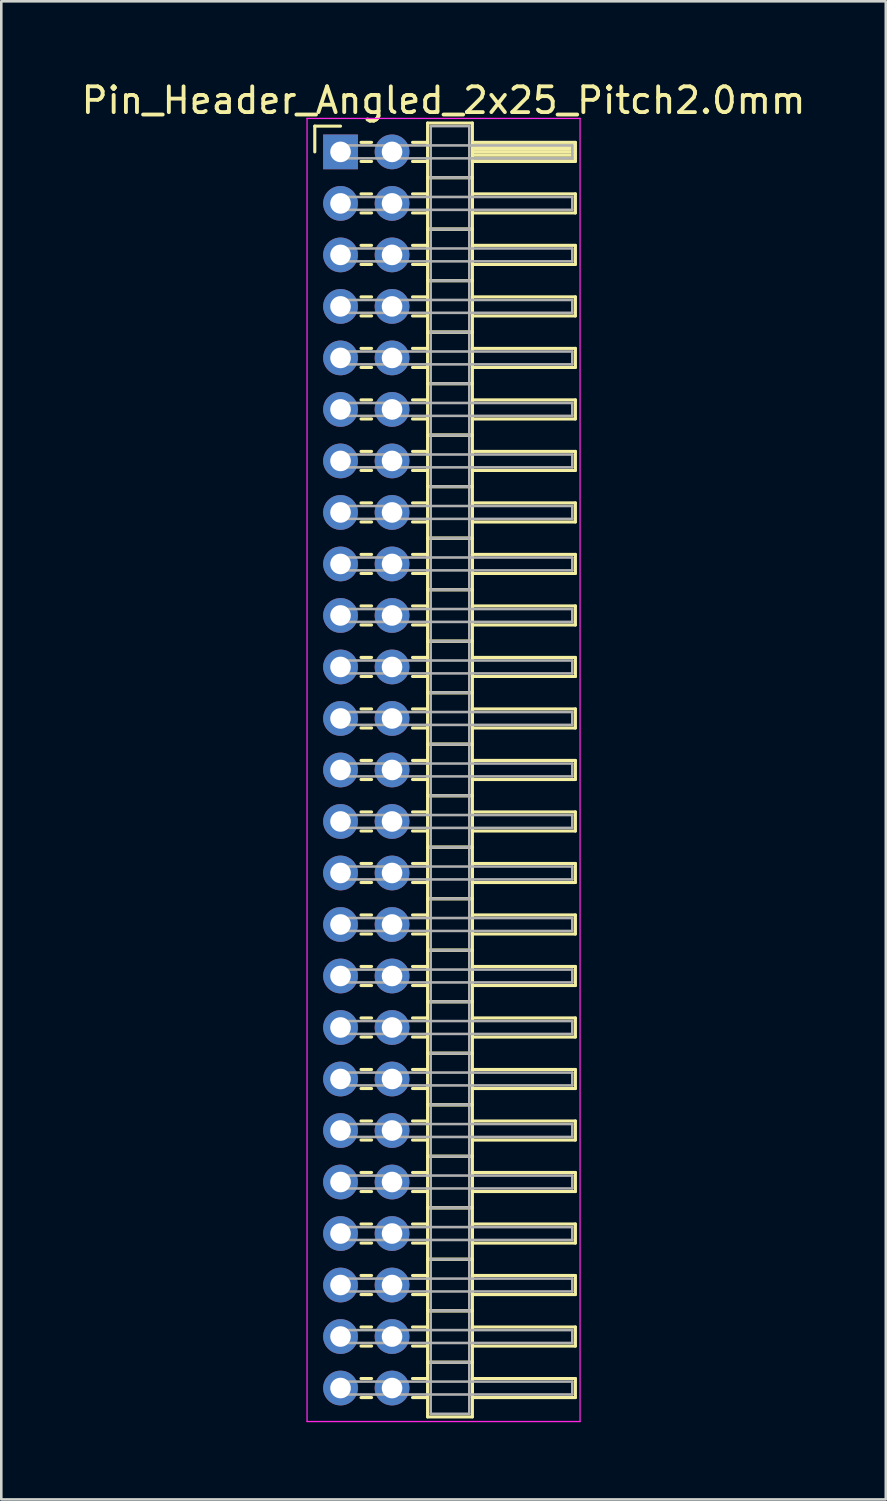
<source format=kicad_pcb>
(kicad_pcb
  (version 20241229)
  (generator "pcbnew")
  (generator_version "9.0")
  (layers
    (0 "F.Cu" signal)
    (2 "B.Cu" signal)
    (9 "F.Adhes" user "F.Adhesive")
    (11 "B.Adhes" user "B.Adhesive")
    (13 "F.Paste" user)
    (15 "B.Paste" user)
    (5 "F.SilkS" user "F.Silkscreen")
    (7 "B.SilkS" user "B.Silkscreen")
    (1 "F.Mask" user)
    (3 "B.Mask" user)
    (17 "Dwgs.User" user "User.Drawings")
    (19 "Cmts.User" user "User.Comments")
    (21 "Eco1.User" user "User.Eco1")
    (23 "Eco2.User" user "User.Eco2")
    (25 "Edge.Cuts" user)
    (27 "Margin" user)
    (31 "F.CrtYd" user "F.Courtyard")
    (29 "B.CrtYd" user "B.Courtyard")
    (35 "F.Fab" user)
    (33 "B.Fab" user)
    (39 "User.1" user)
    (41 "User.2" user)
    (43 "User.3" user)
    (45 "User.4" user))
  (footprint "Pin_Header_Angled_2x25_Pitch2.0mm"
    (layer "F.Cu")
    (at 10.173 2.848)
    (property "Reference" "Pin_Header_Angled_2x25_Pitch2.0mm" (at 4 -2 0) (layer "F.SilkS") (effects (font (size 1 1) (thickness 0.15))))
    (attr through_hole)
    (fp_line (start -1 -1) (end 0 -1) (stroke (width 0.12) (type solid)) (layer "F.SilkS"))
    (fp_line (start -1 0) (end -1 -1) (stroke (width 0.12) (type solid)) (layer "F.SilkS"))
    (fp_line (start 0.795 -0.37) (end 1.205 -0.37) (stroke (width 0.12) (type solid)) (layer "F.SilkS"))
    (fp_line (start 0.795 0.37) (end 1.205 0.37) (stroke (width 0.12) (type solid)) (layer "F.SilkS"))
    (fp_line (start 0.795 1.63) (end 1.205 1.63) (stroke (width 0.12) (type solid)) (layer "F.SilkS"))
    (fp_line (start 0.795 2.37) (end 1.205 2.37) (stroke (width 0.12) (type solid)) (layer "F.SilkS"))
    (fp_line (start 0.795 3.63) (end 1.205 3.63) (stroke (width 0.12) (type solid)) (layer "F.SilkS"))
    (fp_line (start 0.795 4.37) (end 1.205 4.37) (stroke (width 0.12) (type solid)) (layer "F.SilkS"))
    (fp_line (start 0.795 5.63) (end 1.205 5.63) (stroke (width 0.12) (type solid)) (layer "F.SilkS"))
    (fp_line (start 0.795 6.37) (end 1.205 6.37) (stroke (width 0.12) (type solid)) (layer "F.SilkS"))
    (fp_line (start 0.795 7.63) (end 1.205 7.63) (stroke (width 0.12) (type solid)) (layer "F.SilkS"))
    (fp_line (start 0.795 8.37) (end 1.205 8.37) (stroke (width 0.12) (type solid)) (layer "F.SilkS"))
    (fp_line (start 0.795 9.63) (end 1.205 9.63) (stroke (width 0.12) (type solid)) (layer "F.SilkS"))
    (fp_line (start 0.795 10.37) (end 1.205 10.37) (stroke (width 0.12) (type solid)) (layer "F.SilkS"))
    (fp_line (start 0.795 11.63) (end 1.205 11.63) (stroke (width 0.12) (type solid)) (layer "F.SilkS"))
    (fp_line (start 0.795 12.37) (end 1.205 12.37) (stroke (width 0.12) (type solid)) (layer "F.SilkS"))
    (fp_line (start 0.795 13.63) (end 1.205 13.63) (stroke (width 0.12) (type solid)) (layer "F.SilkS"))
    (fp_line (start 0.795 14.37) (end 1.205 14.37) (stroke (width 0.12) (type solid)) (layer "F.SilkS"))
    (fp_line (start 0.795 15.63) (end 1.205 15.63) (stroke (width 0.12) (type solid)) (layer "F.SilkS"))
    (fp_line (start 0.795 16.37) (end 1.205 16.37) (stroke (width 0.12) (type solid)) (layer "F.SilkS"))
    (fp_line (start 0.795 17.63) (end 1.205 17.63) (stroke (width 0.12) (type solid)) (layer "F.SilkS"))
    (fp_line (start 0.795 18.37) (end 1.205 18.37) (stroke (width 0.12) (type solid)) (layer "F.SilkS"))
    (fp_line (start 0.795 19.63) (end 1.205 19.63) (stroke (width 0.12) (type solid)) (layer "F.SilkS"))
    (fp_line (start 0.795 20.37) (end 1.205 20.37) (stroke (width 0.12) (type solid)) (layer "F.SilkS"))
    (fp_line (start 0.795 21.63) (end 1.205 21.63) (stroke (width 0.12) (type solid)) (layer "F.SilkS"))
    (fp_line (start 0.795 22.37) (end 1.205 22.37) (stroke (width 0.12) (type solid)) (layer "F.SilkS"))
    (fp_line (start 0.795 23.63) (end 1.205 23.63) (stroke (width 0.12) (type solid)) (layer "F.SilkS"))
    (fp_line (start 0.795 24.37) (end 1.205 24.37) (stroke (width 0.12) (type solid)) (layer "F.SilkS"))
    (fp_line (start 0.795 25.63) (end 1.205 25.63) (stroke (width 0.12) (type solid)) (layer "F.SilkS"))
    (fp_line (start 0.795 26.37) (end 1.205 26.37) (stroke (width 0.12) (type solid)) (layer "F.SilkS"))
    (fp_line (start 0.795 27.63) (end 1.205 27.63) (stroke (width 0.12) (type solid)) (layer "F.SilkS"))
    (fp_line (start 0.795 28.37) (end 1.205 28.37) (stroke (width 0.12) (type solid)) (layer "F.SilkS"))
    (fp_line (start 0.795 29.63) (end 1.205 29.63) (stroke (width 0.12) (type solid)) (layer "F.SilkS"))
    (fp_line (start 0.795 30.37) (end 1.205 30.37) (stroke (width 0.12) (type solid)) (layer "F.SilkS"))
    (fp_line (start 0.795 31.63) (end 1.205 31.63) (stroke (width 0.12) (type solid)) (layer "F.SilkS"))
    (fp_line (start 0.795 32.37) (end 1.205 32.37) (stroke (width 0.12) (type solid)) (layer "F.SilkS"))
    (fp_line (start 0.795 33.63) (end 1.205 33.63) (stroke (width 0.12) (type solid)) (layer "F.SilkS"))
    (fp_line (start 0.795 34.37) (end 1.205 34.37) (stroke (width 0.12) (type solid)) (layer "F.SilkS"))
    (fp_line (start 0.795 35.63) (end 1.205 35.63) (stroke (width 0.12) (type solid)) (layer "F.SilkS"))
    (fp_line (start 0.795 36.37) (end 1.205 36.37) (stroke (width 0.12) (type solid)) (layer "F.SilkS"))
    (fp_line (start 0.795 37.63) (end 1.205 37.63) (stroke (width 0.12) (type solid)) (layer "F.SilkS"))
    (fp_line (start 0.795 38.37) (end 1.205 38.37) (stroke (width 0.12) (type solid)) (layer "F.SilkS"))
    (fp_line (start 0.795 39.63) (end 1.205 39.63) (stroke (width 0.12) (type solid)) (layer "F.SilkS"))
    (fp_line (start 0.795 40.37) (end 1.205 40.37) (stroke (width 0.12) (type solid)) (layer "F.SilkS"))
    (fp_line (start 0.795 41.63) (end 1.205 41.63) (stroke (width 0.12) (type solid)) (layer "F.SilkS"))
    (fp_line (start 0.795 42.37) (end 1.205 42.37) (stroke (width 0.12) (type solid)) (layer "F.SilkS"))
    (fp_line (start 0.795 43.63) (end 1.205 43.63) (stroke (width 0.12) (type solid)) (layer "F.SilkS"))
    (fp_line (start 0.795 44.37) (end 1.205 44.37) (stroke (width 0.12) (type solid)) (layer "F.SilkS"))
    (fp_line (start 0.795 45.63) (end 1.205 45.63) (stroke (width 0.12) (type solid)) (layer "F.SilkS"))
    (fp_line (start 0.795 46.37) (end 1.205 46.37) (stroke (width 0.12) (type solid)) (layer "F.SilkS"))
    (fp_line (start 0.795 47.63) (end 1.205 47.63) (stroke (width 0.12) (type solid)) (layer "F.SilkS"))
    (fp_line (start 0.795 48.37) (end 1.205 48.37) (stroke (width 0.12) (type solid)) (layer "F.SilkS"))
    (fp_line (start 2.795 -0.37) (end 3.38 -0.37) (stroke (width 0.12) (type solid)) (layer "F.SilkS"))
    (fp_line (start 2.795 0.37) (end 3.38 0.37) (stroke (width 0.12) (type solid)) (layer "F.SilkS"))
    (fp_line (start 2.795 1.63) (end 3.38 1.63) (stroke (width 0.12) (type solid)) (layer "F.SilkS"))
    (fp_line (start 2.795 2.37) (end 3.38 2.37) (stroke (width 0.12) (type solid)) (layer "F.SilkS"))
    (fp_line (start 2.795 3.63) (end 3.38 3.63) (stroke (width 0.12) (type solid)) (layer "F.SilkS"))
    (fp_line (start 2.795 4.37) (end 3.38 4.37) (stroke (width 0.12) (type solid)) (layer "F.SilkS"))
    (fp_line (start 2.795 5.63) (end 3.38 5.63) (stroke (width 0.12) (type solid)) (layer "F.SilkS"))
    (fp_line (start 2.795 6.37) (end 3.38 6.37) (stroke (width 0.12) (type solid)) (layer "F.SilkS"))
    (fp_line (start 2.795 7.63) (end 3.38 7.63) (stroke (width 0.12) (type solid)) (layer "F.SilkS"))
    (fp_line (start 2.795 8.37) (end 3.38 8.37) (stroke (width 0.12) (type solid)) (layer "F.SilkS"))
    (fp_line (start 2.795 9.63) (end 3.38 9.63) (stroke (width 0.12) (type solid)) (layer "F.SilkS"))
    (fp_line (start 2.795 10.37) (end 3.38 10.37) (stroke (width 0.12) (type solid)) (layer "F.SilkS"))
    (fp_line (start 2.795 11.63) (end 3.38 11.63) (stroke (width 0.12) (type solid)) (layer "F.SilkS"))
    (fp_line (start 2.795 12.37) (end 3.38 12.37) (stroke (width 0.12) (type solid)) (layer "F.SilkS"))
    (fp_line (start 2.795 13.63) (end 3.38 13.63) (stroke (width 0.12) (type solid)) (layer "F.SilkS"))
    (fp_line (start 2.795 14.37) (end 3.38 14.37) (stroke (width 0.12) (type solid)) (layer "F.SilkS"))
    (fp_line (start 2.795 15.63) (end 3.38 15.63) (stroke (width 0.12) (type solid)) (layer "F.SilkS"))
    (fp_line (start 2.795 16.37) (end 3.38 16.37) (stroke (width 0.12) (type solid)) (layer "F.SilkS"))
    (fp_line (start 2.795 17.63) (end 3.38 17.63) (stroke (width 0.12) (type solid)) (layer "F.SilkS"))
    (fp_line (start 2.795 18.37) (end 3.38 18.37) (stroke (width 0.12) (type solid)) (layer "F.SilkS"))
    (fp_line (start 2.795 19.63) (end 3.38 19.63) (stroke (width 0.12) (type solid)) (layer "F.SilkS"))
    (fp_line (start 2.795 20.37) (end 3.38 20.37) (stroke (width 0.12) (type solid)) (layer "F.SilkS"))
    (fp_line (start 2.795 21.63) (end 3.38 21.63) (stroke (width 0.12) (type solid)) (layer "F.SilkS"))
    (fp_line (start 2.795 22.37) (end 3.38 22.37) (stroke (width 0.12) (type solid)) (layer "F.SilkS"))
    (fp_line (start 2.795 23.63) (end 3.38 23.63) (stroke (width 0.12) (type solid)) (layer "F.SilkS"))
    (fp_line (start 2.795 24.37) (end 3.38 24.37) (stroke (width 0.12) (type solid)) (layer "F.SilkS"))
    (fp_line (start 2.795 25.63) (end 3.38 25.63) (stroke (width 0.12) (type solid)) (layer "F.SilkS"))
    (fp_line (start 2.795 26.37) (end 3.38 26.37) (stroke (width 0.12) (type solid)) (layer "F.SilkS"))
    (fp_line (start 2.795 27.63) (end 3.38 27.63) (stroke (width 0.12) (type solid)) (layer "F.SilkS"))
    (fp_line (start 2.795 28.37) (end 3.38 28.37) (stroke (width 0.12) (type solid)) (layer "F.SilkS"))
    (fp_line (start 2.795 29.63) (end 3.38 29.63) (stroke (width 0.12) (type solid)) (layer "F.SilkS"))
    (fp_line (start 2.795 30.37) (end 3.38 30.37) (stroke (width 0.12) (type solid)) (layer "F.SilkS"))
    (fp_line (start 2.795 31.63) (end 3.38 31.63) (stroke (width 0.12) (type solid)) (layer "F.SilkS"))
    (fp_line (start 2.795 32.37) (end 3.38 32.37) (stroke (width 0.12) (type solid)) (layer "F.SilkS"))
    (fp_line (start 2.795 33.63) (end 3.38 33.63) (stroke (width 0.12) (type solid)) (layer "F.SilkS"))
    (fp_line (start 2.795 34.37) (end 3.38 34.37) (stroke (width 0.12) (type solid)) (layer "F.SilkS"))
    (fp_line (start 2.795 35.63) (end 3.38 35.63) (stroke (width 0.12) (type solid)) (layer "F.SilkS"))
    (fp_line (start 2.795 36.37) (end 3.38 36.37) (stroke (width 0.12) (type solid)) (layer "F.SilkS"))
    (fp_line (start 2.795 37.63) (end 3.38 37.63) (stroke (width 0.12) (type solid)) (layer "F.SilkS"))
    (fp_line (start 2.795 38.37) (end 3.38 38.37) (stroke (width 0.12) (type solid)) (layer "F.SilkS"))
    (fp_line (start 2.795 39.63) (end 3.38 39.63) (stroke (width 0.12) (type solid)) (layer "F.SilkS"))
    (fp_line (start 2.795 40.37) (end 3.38 40.37) (stroke (width 0.12) (type solid)) (layer "F.SilkS"))
    (fp_line (start 2.795 41.63) (end 3.38 41.63) (stroke (width 0.12) (type solid)) (layer "F.SilkS"))
    (fp_line (start 2.795 42.37) (end 3.38 42.37) (stroke (width 0.12) (type solid)) (layer "F.SilkS"))
    (fp_line (start 2.795 43.63) (end 3.38 43.63) (stroke (width 0.12) (type solid)) (layer "F.SilkS"))
    (fp_line (start 2.795 44.37) (end 3.38 44.37) (stroke (width 0.12) (type solid)) (layer "F.SilkS"))
    (fp_line (start 2.795 45.63) (end 3.38 45.63) (stroke (width 0.12) (type solid)) (layer "F.SilkS"))
    (fp_line (start 2.795 46.37) (end 3.38 46.37) (stroke (width 0.12) (type solid)) (layer "F.SilkS"))
    (fp_line (start 2.795 47.63) (end 3.38 47.63) (stroke (width 0.12) (type solid)) (layer "F.SilkS"))
    (fp_line (start 2.795 48.37) (end 3.38 48.37) (stroke (width 0.12) (type solid)) (layer "F.SilkS"))
    (fp_line (start 3.38 -1.12) (end 3.38 1) (stroke (width 0.12) (type solid)) (layer "F.SilkS"))
    (fp_line (start 3.38 1) (end 3.38 3) (stroke (width 0.12) (type solid)) (layer "F.SilkS"))
    (fp_line (start 3.38 1) (end 5.12 1) (stroke (width 0.12) (type solid)) (layer "F.SilkS"))
    (fp_line (start 3.38 3) (end 3.38 5) (stroke (width 0.12) (type solid)) (layer "F.SilkS"))
    (fp_line (start 3.38 3) (end 5.12 3) (stroke (width 0.12) (type solid)) (layer "F.SilkS"))
    (fp_line (start 3.38 5) (end 3.38 7) (stroke (width 0.12) (type solid)) (layer "F.SilkS"))
    (fp_line (start 3.38 5) (end 5.12 5) (stroke (width 0.12) (type solid)) (layer "F.SilkS"))
    (fp_line (start 3.38 7) (end 3.38 9) (stroke (width 0.12) (type solid)) (layer "F.SilkS"))
    (fp_line (start 3.38 7) (end 5.12 7) (stroke (width 0.12) (type solid)) (layer "F.SilkS"))
    (fp_line (start 3.38 9) (end 3.38 11) (stroke (width 0.12) (type solid)) (layer "F.SilkS"))
    (fp_line (start 3.38 9) (end 5.12 9) (stroke (width 0.12) (type solid)) (layer "F.SilkS"))
    (fp_line (start 3.38 11) (end 3.38 13) (stroke (width 0.12) (type solid)) (layer "F.SilkS"))
    (fp_line (start 3.38 11) (end 5.12 11) (stroke (width 0.12) (type solid)) (layer "F.SilkS"))
    (fp_line (start 3.38 13) (end 3.38 15) (stroke (width 0.12) (type solid)) (layer "F.SilkS"))
    (fp_line (start 3.38 13) (end 5.12 13) (stroke (width 0.12) (type solid)) (layer "F.SilkS"))
    (fp_line (start 3.38 15) (end 3.38 17) (stroke (width 0.12) (type solid)) (layer "F.SilkS"))
    (fp_line (start 3.38 15) (end 5.12 15) (stroke (width 0.12) (type solid)) (layer "F.SilkS"))
    (fp_line (start 3.38 17) (end 3.38 19) (stroke (width 0.12) (type solid)) (layer "F.SilkS"))
    (fp_line (start 3.38 17) (end 5.12 17) (stroke (width 0.12) (type solid)) (layer "F.SilkS"))
    (fp_line (start 3.38 19) (end 3.38 21) (stroke (width 0.12) (type solid)) (layer "F.SilkS"))
    (fp_line (start 3.38 19) (end 5.12 19) (stroke (width 0.12) (type solid)) (layer "F.SilkS"))
    (fp_line (start 3.38 21) (end 3.38 23) (stroke (width 0.12) (type solid)) (layer "F.SilkS"))
    (fp_line (start 3.38 21) (end 5.12 21) (stroke (width 0.12) (type solid)) (layer "F.SilkS"))
    (fp_line (start 3.38 23) (end 3.38 25) (stroke (width 0.12) (type solid)) (layer "F.SilkS"))
    (fp_line (start 3.38 23) (end 5.12 23) (stroke (width 0.12) (type solid)) (layer "F.SilkS"))
    (fp_line (start 3.38 25) (end 3.38 27) (stroke (width 0.12) (type solid)) (layer "F.SilkS"))
    (fp_line (start 3.38 25) (end 5.12 25) (stroke (width 0.12) (type solid)) (layer "F.SilkS"))
    (fp_line (start 3.38 27) (end 3.38 29) (stroke (width 0.12) (type solid)) (layer "F.SilkS"))
    (fp_line (start 3.38 27) (end 5.12 27) (stroke (width 0.12) (type solid)) (layer "F.SilkS"))
    (fp_line (start 3.38 29) (end 3.38 31) (stroke (width 0.12) (type solid)) (layer "F.SilkS"))
    (fp_line (start 3.38 29) (end 5.12 29) (stroke (width 0.12) (type solid)) (layer "F.SilkS"))
    (fp_line (start 3.38 31) (end 3.38 33) (stroke (width 0.12) (type solid)) (layer "F.SilkS"))
    (fp_line (start 3.38 31) (end 5.12 31) (stroke (width 0.12) (type solid)) (layer "F.SilkS"))
    (fp_line (start 3.38 33) (end 3.38 35) (stroke (width 0.12) (type solid)) (layer "F.SilkS"))
    (fp_line (start 3.38 33) (end 5.12 33) (stroke (width 0.12) (type solid)) (layer "F.SilkS"))
    (fp_line (start 3.38 35) (end 3.38 37) (stroke (width 0.12) (type solid)) (layer "F.SilkS"))
    (fp_line (start 3.38 35) (end 5.12 35) (stroke (width 0.12) (type solid)) (layer "F.SilkS"))
    (fp_line (start 3.38 37) (end 3.38 39) (stroke (width 0.12) (type solid)) (layer "F.SilkS"))
    (fp_line (start 3.38 37) (end 5.12 37) (stroke (width 0.12) (type solid)) (layer "F.SilkS"))
    (fp_line (start 3.38 39) (end 3.38 41) (stroke (width 0.12) (type solid)) (layer "F.SilkS"))
    (fp_line (start 3.38 39) (end 5.12 39) (stroke (width 0.12) (type solid)) (layer "F.SilkS"))
    (fp_line (start 3.38 41) (end 3.38 43) (stroke (width 0.12) (type solid)) (layer "F.SilkS"))
    (fp_line (start 3.38 41) (end 5.12 41) (stroke (width 0.12) (type solid)) (layer "F.SilkS"))
    (fp_line (start 3.38 43) (end 3.38 45) (stroke (width 0.12) (type solid)) (layer "F.SilkS"))
    (fp_line (start 3.38 43) (end 5.12 43) (stroke (width 0.12) (type solid)) (layer "F.SilkS"))
    (fp_line (start 3.38 45) (end 3.38 47) (stroke (width 0.12) (type solid)) (layer "F.SilkS"))
    (fp_line (start 3.38 45) (end 5.12 45) (stroke (width 0.12) (type solid)) (layer "F.SilkS"))
    (fp_line (start 3.38 47) (end 3.38 49.12) (stroke (width 0.12) (type solid)) (layer "F.SilkS"))
    (fp_line (start 3.38 47) (end 5.12 47) (stroke (width 0.12) (type solid)) (layer "F.SilkS"))
    (fp_line (start 3.38 49.12) (end 5.12 49.12) (stroke (width 0.12) (type solid)) (layer "F.SilkS"))
    (fp_line (start 5.12 -1.12) (end 3.38 -1.12) (stroke (width 0.12) (type solid)) (layer "F.SilkS"))
    (fp_line (start 5.12 -0.37) (end 5.12 0.37) (stroke (width 0.12) (type solid)) (layer "F.SilkS"))
    (fp_line (start 5.12 -0.25) (end 9.12 -0.25) (stroke (width 0.12) (type solid)) (layer "F.SilkS"))
    (fp_line (start 5.12 -0.13) (end 9.12 -0.13) (stroke (width 0.12) (type solid)) (layer "F.SilkS"))
    (fp_line (start 5.12 -0.01) (end 9.12 -0.01) (stroke (width 0.12) (type solid)) (layer "F.SilkS"))
    (fp_line (start 5.12 0.11) (end 9.12 0.11) (stroke (width 0.12) (type solid)) (layer "F.SilkS"))
    (fp_line (start 5.12 0.23) (end 9.12 0.23) (stroke (width 0.12) (type solid)) (layer "F.SilkS"))
    (fp_line (start 5.12 0.35) (end 9.12 0.35) (stroke (width 0.12) (type solid)) (layer "F.SilkS"))
    (fp_line (start 5.12 0.37) (end 9.12 0.37) (stroke (width 0.12) (type solid)) (layer "F.SilkS"))
    (fp_line (start 5.12 1) (end 3.38 1) (stroke (width 0.12) (type solid)) (layer "F.SilkS"))
    (fp_line (start 5.12 1) (end 5.12 -1.12) (stroke (width 0.12) (type solid)) (layer "F.SilkS"))
    (fp_line (start 5.12 1.63) (end 5.12 2.37) (stroke (width 0.12) (type solid)) (layer "F.SilkS"))
    (fp_line (start 5.12 2.37) (end 9.12 2.37) (stroke (width 0.12) (type solid)) (layer "F.SilkS"))
    (fp_line (start 5.12 3) (end 3.38 3) (stroke (width 0.12) (type solid)) (layer "F.SilkS"))
    (fp_line (start 5.12 3) (end 5.12 1) (stroke (width 0.12) (type solid)) (layer "F.SilkS"))
    (fp_line (start 5.12 3.63) (end 5.12 4.37) (stroke (width 0.12) (type solid)) (layer "F.SilkS"))
    (fp_line (start 5.12 4.37) (end 9.12 4.37) (stroke (width 0.12) (type solid)) (layer "F.SilkS"))
    (fp_line (start 5.12 5) (end 3.38 5) (stroke (width 0.12) (type solid)) (layer "F.SilkS"))
    (fp_line (start 5.12 5) (end 5.12 3) (stroke (width 0.12) (type solid)) (layer "F.SilkS"))
    (fp_line (start 5.12 5.63) (end 5.12 6.37) (stroke (width 0.12) (type solid)) (layer "F.SilkS"))
    (fp_line (start 5.12 6.37) (end 9.12 6.37) (stroke (width 0.12) (type solid)) (layer "F.SilkS"))
    (fp_line (start 5.12 7) (end 3.38 7) (stroke (width 0.12) (type solid)) (layer "F.SilkS"))
    (fp_line (start 5.12 7) (end 5.12 5) (stroke (width 0.12) (type solid)) (layer "F.SilkS"))
    (fp_line (start 5.12 7.63) (end 5.12 8.37) (stroke (width 0.12) (type solid)) (layer "F.SilkS"))
    (fp_line (start 5.12 8.37) (end 9.12 8.37) (stroke (width 0.12) (type solid)) (layer "F.SilkS"))
    (fp_line (start 5.12 9) (end 3.38 9) (stroke (width 0.12) (type solid)) (layer "F.SilkS"))
    (fp_line (start 5.12 9) (end 5.12 7) (stroke (width 0.12) (type solid)) (layer "F.SilkS"))
    (fp_line (start 5.12 9.63) (end 5.12 10.37) (stroke (width 0.12) (type solid)) (layer "F.SilkS"))
    (fp_line (start 5.12 10.37) (end 9.12 10.37) (stroke (width 0.12) (type solid)) (layer "F.SilkS"))
    (fp_line (start 5.12 11) (end 3.38 11) (stroke (width 0.12) (type solid)) (layer "F.SilkS"))
    (fp_line (start 5.12 11) (end 5.12 9) (stroke (width 0.12) (type solid)) (layer "F.SilkS"))
    (fp_line (start 5.12 11.63) (end 5.12 12.37) (stroke (width 0.12) (type solid)) (layer "F.SilkS"))
    (fp_line (start 5.12 12.37) (end 9.12 12.37) (stroke (width 0.12) (type solid)) (layer "F.SilkS"))
    (fp_line (start 5.12 13) (end 3.38 13) (stroke (width 0.12) (type solid)) (layer "F.SilkS"))
    (fp_line (start 5.12 13) (end 5.12 11) (stroke (width 0.12) (type solid)) (layer "F.SilkS"))
    (fp_line (start 5.12 13.63) (end 5.12 14.37) (stroke (width 0.12) (type solid)) (layer "F.SilkS"))
    (fp_line (start 5.12 14.37) (end 9.12 14.37) (stroke (width 0.12) (type solid)) (layer "F.SilkS"))
    (fp_line (start 5.12 15) (end 3.38 15) (stroke (width 0.12) (type solid)) (layer "F.SilkS"))
    (fp_line (start 5.12 15) (end 5.12 13) (stroke (width 0.12) (type solid)) (layer "F.SilkS"))
    (fp_line (start 5.12 15.63) (end 5.12 16.37) (stroke (width 0.12) (type solid)) (layer "F.SilkS"))
    (fp_line (start 5.12 16.37) (end 9.12 16.37) (stroke (width 0.12) (type solid)) (layer "F.SilkS"))
    (fp_line (start 5.12 17) (end 3.38 17) (stroke (width 0.12) (type solid)) (layer "F.SilkS"))
    (fp_line (start 5.12 17) (end 5.12 15) (stroke (width 0.12) (type solid)) (layer "F.SilkS"))
    (fp_line (start 5.12 17.63) (end 5.12 18.37) (stroke (width 0.12) (type solid)) (layer "F.SilkS"))
    (fp_line (start 5.12 18.37) (end 9.12 18.37) (stroke (width 0.12) (type solid)) (layer "F.SilkS"))
    (fp_line (start 5.12 19) (end 3.38 19) (stroke (width 0.12) (type solid)) (layer "F.SilkS"))
    (fp_line (start 5.12 19) (end 5.12 17) (stroke (width 0.12) (type solid)) (layer "F.SilkS"))
    (fp_line (start 5.12 19.63) (end 5.12 20.37) (stroke (width 0.12) (type solid)) (layer "F.SilkS"))
    (fp_line (start 5.12 20.37) (end 9.12 20.37) (stroke (width 0.12) (type solid)) (layer "F.SilkS"))
    (fp_line (start 5.12 21) (end 3.38 21) (stroke (width 0.12) (type solid)) (layer "F.SilkS"))
    (fp_line (start 5.12 21) (end 5.12 19) (stroke (width 0.12) (type solid)) (layer "F.SilkS"))
    (fp_line (start 5.12 21.63) (end 5.12 22.37) (stroke (width 0.12) (type solid)) (layer "F.SilkS"))
    (fp_line (start 5.12 22.37) (end 9.12 22.37) (stroke (width 0.12) (type solid)) (layer "F.SilkS"))
    (fp_line (start 5.12 23) (end 3.38 23) (stroke (width 0.12) (type solid)) (layer "F.SilkS"))
    (fp_line (start 5.12 23) (end 5.12 21) (stroke (width 0.12) (type solid)) (layer "F.SilkS"))
    (fp_line (start 5.12 23.63) (end 5.12 24.37) (stroke (width 0.12) (type solid)) (layer "F.SilkS"))
    (fp_line (start 5.12 24.37) (end 9.12 24.37) (stroke (width 0.12) (type solid)) (layer "F.SilkS"))
    (fp_line (start 5.12 25) (end 3.38 25) (stroke (width 0.12) (type solid)) (layer "F.SilkS"))
    (fp_line (start 5.12 25) (end 5.12 23) (stroke (width 0.12) (type solid)) (layer "F.SilkS"))
    (fp_line (start 5.12 25.63) (end 5.12 26.37) (stroke (width 0.12) (type solid)) (layer "F.SilkS"))
    (fp_line (start 5.12 26.37) (end 9.12 26.37) (stroke (width 0.12) (type solid)) (layer "F.SilkS"))
    (fp_line (start 5.12 27) (end 3.38 27) (stroke (width 0.12) (type solid)) (layer "F.SilkS"))
    (fp_line (start 5.12 27) (end 5.12 25) (stroke (width 0.12) (type solid)) (layer "F.SilkS"))
    (fp_line (start 5.12 27.63) (end 5.12 28.37) (stroke (width 0.12) (type solid)) (layer "F.SilkS"))
    (fp_line (start 5.12 28.37) (end 9.12 28.37) (stroke (width 0.12) (type solid)) (layer "F.SilkS"))
    (fp_line (start 5.12 29) (end 3.38 29) (stroke (width 0.12) (type solid)) (layer "F.SilkS"))
    (fp_line (start 5.12 29) (end 5.12 27) (stroke (width 0.12) (type solid)) (layer "F.SilkS"))
    (fp_line (start 5.12 29.63) (end 5.12 30.37) (stroke (width 0.12) (type solid)) (layer "F.SilkS"))
    (fp_line (start 5.12 30.37) (end 9.12 30.37) (stroke (width 0.12) (type solid)) (layer "F.SilkS"))
    (fp_line (start 5.12 31) (end 3.38 31) (stroke (width 0.12) (type solid)) (layer "F.SilkS"))
    (fp_line (start 5.12 31) (end 5.12 29) (stroke (width 0.12) (type solid)) (layer "F.SilkS"))
    (fp_line (start 5.12 31.63) (end 5.12 32.37) (stroke (width 0.12) (type solid)) (layer "F.SilkS"))
    (fp_line (start 5.12 32.37) (end 9.12 32.37) (stroke (width 0.12) (type solid)) (layer "F.SilkS"))
    (fp_line (start 5.12 33) (end 3.38 33) (stroke (width 0.12) (type solid)) (layer "F.SilkS"))
    (fp_line (start 5.12 33) (end 5.12 31) (stroke (width 0.12) (type solid)) (layer "F.SilkS"))
    (fp_line (start 5.12 33.63) (end 5.12 34.37) (stroke (width 0.12) (type solid)) (layer "F.SilkS"))
    (fp_line (start 5.12 34.37) (end 9.12 34.37) (stroke (width 0.12) (type solid)) (layer "F.SilkS"))
    (fp_line (start 5.12 35) (end 3.38 35) (stroke (width 0.12) (type solid)) (layer "F.SilkS"))
    (fp_line (start 5.12 35) (end 5.12 33) (stroke (width 0.12) (type solid)) (layer "F.SilkS"))
    (fp_line (start 5.12 35.63) (end 5.12 36.37) (stroke (width 0.12) (type solid)) (layer "F.SilkS"))
    (fp_line (start 5.12 36.37) (end 9.12 36.37) (stroke (width 0.12) (type solid)) (layer "F.SilkS"))
    (fp_line (start 5.12 37) (end 3.38 37) (stroke (width 0.12) (type solid)) (layer "F.SilkS"))
    (fp_line (start 5.12 37) (end 5.12 35) (stroke (width 0.12) (type solid)) (layer "F.SilkS"))
    (fp_line (start 5.12 37.63) (end 5.12 38.37) (stroke (width 0.12) (type solid)) (layer "F.SilkS"))
    (fp_line (start 5.12 38.37) (end 9.12 38.37) (stroke (width 0.12) (type solid)) (layer "F.SilkS"))
    (fp_line (start 5.12 39) (end 3.38 39) (stroke (width 0.12) (type solid)) (layer "F.SilkS"))
    (fp_line (start 5.12 39) (end 5.12 37) (stroke (width 0.12) (type solid)) (layer "F.SilkS"))
    (fp_line (start 5.12 39.63) (end 5.12 40.37) (stroke (width 0.12) (type solid)) (layer "F.SilkS"))
    (fp_line (start 5.12 40.37) (end 9.12 40.37) (stroke (width 0.12) (type solid)) (layer "F.SilkS"))
    (fp_line (start 5.12 41) (end 3.38 41) (stroke (width 0.12) (type solid)) (layer "F.SilkS"))
    (fp_line (start 5.12 41) (end 5.12 39) (stroke (width 0.12) (type solid)) (layer "F.SilkS"))
    (fp_line (start 5.12 41.63) (end 5.12 42.37) (stroke (width 0.12) (type solid)) (layer "F.SilkS"))
    (fp_line (start 5.12 42.37) (end 9.12 42.37) (stroke (width 0.12) (type solid)) (layer "F.SilkS"))
    (fp_line (start 5.12 43) (end 3.38 43) (stroke (width 0.12) (type solid)) (layer "F.SilkS"))
    (fp_line (start 5.12 43) (end 5.12 41) (stroke (width 0.12) (type solid)) (layer "F.SilkS"))
    (fp_line (start 5.12 43.63) (end 5.12 44.37) (stroke (width 0.12) (type solid)) (layer "F.SilkS"))
    (fp_line (start 5.12 44.37) (end 9.12 44.37) (stroke (width 0.12) (type solid)) (layer "F.SilkS"))
    (fp_line (start 5.12 45) (end 3.38 45) (stroke (width 0.12) (type solid)) (layer "F.SilkS"))
    (fp_line (start 5.12 45) (end 5.12 43) (stroke (width 0.12) (type solid)) (layer "F.SilkS"))
    (fp_line (start 5.12 45.63) (end 5.12 46.37) (stroke (width 0.12) (type solid)) (layer "F.SilkS"))
    (fp_line (start 5.12 46.37) (end 9.12 46.37) (stroke (width 0.12) (type solid)) (layer "F.SilkS"))
    (fp_line (start 5.12 47) (end 3.38 47) (stroke (width 0.12) (type solid)) (layer "F.SilkS"))
    (fp_line (start 5.12 47) (end 5.12 45) (stroke (width 0.12) (type solid)) (layer "F.SilkS"))
    (fp_line (start 5.12 47.63) (end 5.12 48.37) (stroke (width 0.12) (type solid)) (layer "F.SilkS"))
    (fp_line (start 5.12 48.37) (end 9.12 48.37) (stroke (width 0.12) (type solid)) (layer "F.SilkS"))
    (fp_line (start 5.12 49.12) (end 5.12 47) (stroke (width 0.12) (type solid)) (layer "F.SilkS"))
    (fp_line (start 9.12 -0.37) (end 5.12 -0.37) (stroke (width 0.12) (type solid)) (layer "F.SilkS"))
    (fp_line (start 9.12 0.37) (end 9.12 -0.37) (stroke (width 0.12) (type solid)) (layer "F.SilkS"))
    (fp_line (start 9.12 1.63) (end 5.12 1.63) (stroke (width 0.12) (type solid)) (layer "F.SilkS"))
    (fp_line (start 9.12 2.37) (end 9.12 1.63) (stroke (width 0.12) (type solid)) (layer "F.SilkS"))
    (fp_line (start 9.12 3.63) (end 5.12 3.63) (stroke (width 0.12) (type solid)) (layer "F.SilkS"))
    (fp_line (start 9.12 4.37) (end 9.12 3.63) (stroke (width 0.12) (type solid)) (layer "F.SilkS"))
    (fp_line (start 9.12 5.63) (end 5.12 5.63) (stroke (width 0.12) (type solid)) (layer "F.SilkS"))
    (fp_line (start 9.12 6.37) (end 9.12 5.63) (stroke (width 0.12) (type solid)) (layer "F.SilkS"))
    (fp_line (start 9.12 7.63) (end 5.12 7.63) (stroke (width 0.12) (type solid)) (layer "F.SilkS"))
    (fp_line (start 9.12 8.37) (end 9.12 7.63) (stroke (width 0.12) (type solid)) (layer "F.SilkS"))
    (fp_line (start 9.12 9.63) (end 5.12 9.63) (stroke (width 0.12) (type solid)) (layer "F.SilkS"))
    (fp_line (start 9.12 10.37) (end 9.12 9.63) (stroke (width 0.12) (type solid)) (layer "F.SilkS"))
    (fp_line (start 9.12 11.63) (end 5.12 11.63) (stroke (width 0.12) (type solid)) (layer "F.SilkS"))
    (fp_line (start 9.12 12.37) (end 9.12 11.63) (stroke (width 0.12) (type solid)) (layer "F.SilkS"))
    (fp_line (start 9.12 13.63) (end 5.12 13.63) (stroke (width 0.12) (type solid)) (layer "F.SilkS"))
    (fp_line (start 9.12 14.37) (end 9.12 13.63) (stroke (width 0.12) (type solid)) (layer "F.SilkS"))
    (fp_line (start 9.12 15.63) (end 5.12 15.63) (stroke (width 0.12) (type solid)) (layer "F.SilkS"))
    (fp_line (start 9.12 16.37) (end 9.12 15.63) (stroke (width 0.12) (type solid)) (layer "F.SilkS"))
    (fp_line (start 9.12 17.63) (end 5.12 17.63) (stroke (width 0.12) (type solid)) (layer "F.SilkS"))
    (fp_line (start 9.12 18.37) (end 9.12 17.63) (stroke (width 0.12) (type solid)) (layer "F.SilkS"))
    (fp_line (start 9.12 19.63) (end 5.12 19.63) (stroke (width 0.12) (type solid)) (layer "F.SilkS"))
    (fp_line (start 9.12 20.37) (end 9.12 19.63) (stroke (width 0.12) (type solid)) (layer "F.SilkS"))
    (fp_line (start 9.12 21.63) (end 5.12 21.63) (stroke (width 0.12) (type solid)) (layer "F.SilkS"))
    (fp_line (start 9.12 22.37) (end 9.12 21.63) (stroke (width 0.12) (type solid)) (layer "F.SilkS"))
    (fp_line (start 9.12 23.63) (end 5.12 23.63) (stroke (width 0.12) (type solid)) (layer "F.SilkS"))
    (fp_line (start 9.12 24.37) (end 9.12 23.63) (stroke (width 0.12) (type solid)) (layer "F.SilkS"))
    (fp_line (start 9.12 25.63) (end 5.12 25.63) (stroke (width 0.12) (type solid)) (layer "F.SilkS"))
    (fp_line (start 9.12 26.37) (end 9.12 25.63) (stroke (width 0.12) (type solid)) (layer "F.SilkS"))
    (fp_line (start 9.12 27.63) (end 5.12 27.63) (stroke (width 0.12) (type solid)) (layer "F.SilkS"))
    (fp_line (start 9.12 28.37) (end 9.12 27.63) (stroke (width 0.12) (type solid)) (layer "F.SilkS"))
    (fp_line (start 9.12 29.63) (end 5.12 29.63) (stroke (width 0.12) (type solid)) (layer "F.SilkS"))
    (fp_line (start 9.12 30.37) (end 9.12 29.63) (stroke (width 0.12) (type solid)) (layer "F.SilkS"))
    (fp_line (start 9.12 31.63) (end 5.12 31.63) (stroke (width 0.12) (type solid)) (layer "F.SilkS"))
    (fp_line (start 9.12 32.37) (end 9.12 31.63) (stroke (width 0.12) (type solid)) (layer "F.SilkS"))
    (fp_line (start 9.12 33.63) (end 5.12 33.63) (stroke (width 0.12) (type solid)) (layer "F.SilkS"))
    (fp_line (start 9.12 34.37) (end 9.12 33.63) (stroke (width 0.12) (type solid)) (layer "F.SilkS"))
    (fp_line (start 9.12 35.63) (end 5.12 35.63) (stroke (width 0.12) (type solid)) (layer "F.SilkS"))
    (fp_line (start 9.12 36.37) (end 9.12 35.63) (stroke (width 0.12) (type solid)) (layer "F.SilkS"))
    (fp_line (start 9.12 37.63) (end 5.12 37.63) (stroke (width 0.12) (type solid)) (layer "F.SilkS"))
    (fp_line (start 9.12 38.37) (end 9.12 37.63) (stroke (width 0.12) (type solid)) (layer "F.SilkS"))
    (fp_line (start 9.12 39.63) (end 5.12 39.63) (stroke (width 0.12) (type solid)) (layer "F.SilkS"))
    (fp_line (start 9.12 40.37) (end 9.12 39.63) (stroke (width 0.12) (type solid)) (layer "F.SilkS"))
    (fp_line (start 9.12 41.63) (end 5.12 41.63) (stroke (width 0.12) (type solid)) (layer "F.SilkS"))
    (fp_line (start 9.12 42.37) (end 9.12 41.63) (stroke (width 0.12) (type solid)) (layer "F.SilkS"))
    (fp_line (start 9.12 43.63) (end 5.12 43.63) (stroke (width 0.12) (type solid)) (layer "F.SilkS"))
    (fp_line (start 9.12 44.37) (end 9.12 43.63) (stroke (width 0.12) (type solid)) (layer "F.SilkS"))
    (fp_line (start 9.12 45.63) (end 5.12 45.63) (stroke (width 0.12) (type solid)) (layer "F.SilkS"))
    (fp_line (start 9.12 46.37) (end 9.12 45.63) (stroke (width 0.12) (type solid)) (layer "F.SilkS"))
    (fp_line (start 9.12 47.63) (end 5.12 47.63) (stroke (width 0.12) (type solid)) (layer "F.SilkS"))
    (fp_line (start 9.12 48.37) (end 9.12 47.63) (stroke (width 0.12) (type solid)) (layer "F.SilkS"))
    (fp_line (start -1.3 -1.3) (end -1.3 49.3) (stroke (width 0.05) (type solid)) (layer "F.CrtYd"))
    (fp_line (start -1.3 49.3) (end 9.3 49.3) (stroke (width 0.05) (type solid)) (layer "F.CrtYd"))
    (fp_line (start 9.3 -1.3) (end -1.3 -1.3) (stroke (width 0.05) (type solid)) (layer "F.CrtYd"))
    (fp_line (start 9.3 49.3) (end 9.3 -1.3) (stroke (width 0.05) (type solid)) (layer "F.CrtYd"))
    (fp_line (start 0 -0.25) (end 0 0.25) (stroke (width 0.1) (type solid)) (layer "F.Fab"))
    (fp_line (start 0 0.25) (end 9 0.25) (stroke (width 0.1) (type solid)) (layer "F.Fab"))
    (fp_line (start 0 1.75) (end 0 2.25) (stroke (width 0.1) (type solid)) (layer "F.Fab"))
    (fp_line (start 0 2.25) (end 9 2.25) (stroke (width 0.1) (type solid)) (layer "F.Fab"))
    (fp_line (start 0 3.75) (end 0 4.25) (stroke (width 0.1) (type solid)) (layer "F.Fab"))
    (fp_line (start 0 4.25) (end 9 4.25) (stroke (width 0.1) (type solid)) (layer "F.Fab"))
    (fp_line (start 0 5.75) (end 0 6.25) (stroke (width 0.1) (type solid)) (layer "F.Fab"))
    (fp_line (start 0 6.25) (end 9 6.25) (stroke (width 0.1) (type solid)) (layer "F.Fab"))
    (fp_line (start 0 7.75) (end 0 8.25) (stroke (width 0.1) (type solid)) (layer "F.Fab"))
    (fp_line (start 0 8.25) (end 9 8.25) (stroke (width 0.1) (type solid)) (layer "F.Fab"))
    (fp_line (start 0 9.75) (end 0 10.25) (stroke (width 0.1) (type solid)) (layer "F.Fab"))
    (fp_line (start 0 10.25) (end 9 10.25) (stroke (width 0.1) (type solid)) (layer "F.Fab"))
    (fp_line (start 0 11.75) (end 0 12.25) (stroke (width 0.1) (type solid)) (layer "F.Fab"))
    (fp_line (start 0 12.25) (end 9 12.25) (stroke (width 0.1) (type solid)) (layer "F.Fab"))
    (fp_line (start 0 13.75) (end 0 14.25) (stroke (width 0.1) (type solid)) (layer "F.Fab"))
    (fp_line (start 0 14.25) (end 9 14.25) (stroke (width 0.1) (type solid)) (layer "F.Fab"))
    (fp_line (start 0 15.75) (end 0 16.25) (stroke (width 0.1) (type solid)) (layer "F.Fab"))
    (fp_line (start 0 16.25) (end 9 16.25) (stroke (width 0.1) (type solid)) (layer "F.Fab"))
    (fp_line (start 0 17.75) (end 0 18.25) (stroke (width 0.1) (type solid)) (layer "F.Fab"))
    (fp_line (start 0 18.25) (end 9 18.25) (stroke (width 0.1) (type solid)) (layer "F.Fab"))
    (fp_line (start 0 19.75) (end 0 20.25) (stroke (width 0.1) (type solid)) (layer "F.Fab"))
    (fp_line (start 0 20.25) (end 9 20.25) (stroke (width 0.1) (type solid)) (layer "F.Fab"))
    (fp_line (start 0 21.75) (end 0 22.25) (stroke (width 0.1) (type solid)) (layer "F.Fab"))
    (fp_line (start 0 22.25) (end 9 22.25) (stroke (width 0.1) (type solid)) (layer "F.Fab"))
    (fp_line (start 0 23.75) (end 0 24.25) (stroke (width 0.1) (type solid)) (layer "F.Fab"))
    (fp_line (start 0 24.25) (end 9 24.25) (stroke (width 0.1) (type solid)) (layer "F.Fab"))
    (fp_line (start 0 25.75) (end 0 26.25) (stroke (width 0.1) (type solid)) (layer "F.Fab"))
    (fp_line (start 0 26.25) (end 9 26.25) (stroke (width 0.1) (type solid)) (layer "F.Fab"))
    (fp_line (start 0 27.75) (end 0 28.25) (stroke (width 0.1) (type solid)) (layer "F.Fab"))
    (fp_line (start 0 28.25) (end 9 28.25) (stroke (width 0.1) (type solid)) (layer "F.Fab"))
    (fp_line (start 0 29.75) (end 0 30.25) (stroke (width 0.1) (type solid)) (layer "F.Fab"))
    (fp_line (start 0 30.25) (end 9 30.25) (stroke (width 0.1) (type solid)) (layer "F.Fab"))
    (fp_line (start 0 31.75) (end 0 32.25) (stroke (width 0.1) (type solid)) (layer "F.Fab"))
    (fp_line (start 0 32.25) (end 9 32.25) (stroke (width 0.1) (type solid)) (layer "F.Fab"))
    (fp_line (start 0 33.75) (end 0 34.25) (stroke (width 0.1) (type solid)) (layer "F.Fab"))
    (fp_line (start 0 34.25) (end 9 34.25) (stroke (width 0.1) (type solid)) (layer "F.Fab"))
    (fp_line (start 0 35.75) (end 0 36.25) (stroke (width 0.1) (type solid)) (layer "F.Fab"))
    (fp_line (start 0 36.25) (end 9 36.25) (stroke (width 0.1) (type solid)) (layer "F.Fab"))
    (fp_line (start 0 37.75) (end 0 38.25) (stroke (width 0.1) (type solid)) (layer "F.Fab"))
    (fp_line (start 0 38.25) (end 9 38.25) (stroke (width 0.1) (type solid)) (layer "F.Fab"))
    (fp_line (start 0 39.75) (end 0 40.25) (stroke (width 0.1) (type solid)) (layer "F.Fab"))
    (fp_line (start 0 40.25) (end 9 40.25) (stroke (width 0.1) (type solid)) (layer "F.Fab"))
    (fp_line (start 0 41.75) (end 0 42.25) (stroke (width 0.1) (type solid)) (layer "F.Fab"))
    (fp_line (start 0 42.25) (end 9 42.25) (stroke (width 0.1) (type solid)) (layer "F.Fab"))
    (fp_line (start 0 43.75) (end 0 44.25) (stroke (width 0.1) (type solid)) (layer "F.Fab"))
    (fp_line (start 0 44.25) (end 9 44.25) (stroke (width 0.1) (type solid)) (layer "F.Fab"))
    (fp_line (start 0 45.75) (end 0 46.25) (stroke (width 0.1) (type solid)) (layer "F.Fab"))
    (fp_line (start 0 46.25) (end 9 46.25) (stroke (width 0.1) (type solid)) (layer "F.Fab"))
    (fp_line (start 0 47.75) (end 0 48.25) (stroke (width 0.1) (type solid)) (layer "F.Fab"))
    (fp_line (start 0 48.25) (end 9 48.25) (stroke (width 0.1) (type solid)) (layer "F.Fab"))
    (fp_line (start 3.5 -1) (end 3.5 1) (stroke (width 0.1) (type solid)) (layer "F.Fab"))
    (fp_line (start 3.5 1) (end 3.5 3) (stroke (width 0.1) (type solid)) (layer "F.Fab"))
    (fp_line (start 3.5 1) (end 5 1) (stroke (width 0.1) (type solid)) (layer "F.Fab"))
    (fp_line (start 3.5 3) (end 3.5 5) (stroke (width 0.1) (type solid)) (layer "F.Fab"))
    (fp_line (start 3.5 3) (end 5 3) (stroke (width 0.1) (type solid)) (layer "F.Fab"))
    (fp_line (start 3.5 5) (end 3.5 7) (stroke (width 0.1) (type solid)) (layer "F.Fab"))
    (fp_line (start 3.5 5) (end 5 5) (stroke (width 0.1) (type solid)) (layer "F.Fab"))
    (fp_line (start 3.5 7) (end 3.5 9) (stroke (width 0.1) (type solid)) (layer "F.Fab"))
    (fp_line (start 3.5 7) (end 5 7) (stroke (width 0.1) (type solid)) (layer "F.Fab"))
    (fp_line (start 3.5 9) (end 3.5 11) (stroke (width 0.1) (type solid)) (layer "F.Fab"))
    (fp_line (start 3.5 9) (end 5 9) (stroke (width 0.1) (type solid)) (layer "F.Fab"))
    (fp_line (start 3.5 11) (end 3.5 13) (stroke (width 0.1) (type solid)) (layer "F.Fab"))
    (fp_line (start 3.5 11) (end 5 11) (stroke (width 0.1) (type solid)) (layer "F.Fab"))
    (fp_line (start 3.5 13) (end 3.5 15) (stroke (width 0.1) (type solid)) (layer "F.Fab"))
    (fp_line (start 3.5 13) (end 5 13) (stroke (width 0.1) (type solid)) (layer "F.Fab"))
    (fp_line (start 3.5 15) (end 3.5 17) (stroke (width 0.1) (type solid)) (layer "F.Fab"))
    (fp_line (start 3.5 15) (end 5 15) (stroke (width 0.1) (type solid)) (layer "F.Fab"))
    (fp_line (start 3.5 17) (end 3.5 19) (stroke (width 0.1) (type solid)) (layer "F.Fab"))
    (fp_line (start 3.5 17) (end 5 17) (stroke (width 0.1) (type solid)) (layer "F.Fab"))
    (fp_line (start 3.5 19) (end 3.5 21) (stroke (width 0.1) (type solid)) (layer "F.Fab"))
    (fp_line (start 3.5 19) (end 5 19) (stroke (width 0.1) (type solid)) (layer "F.Fab"))
    (fp_line (start 3.5 21) (end 3.5 23) (stroke (width 0.1) (type solid)) (layer "F.Fab"))
    (fp_line (start 3.5 21) (end 5 21) (stroke (width 0.1) (type solid)) (layer "F.Fab"))
    (fp_line (start 3.5 23) (end 3.5 25) (stroke (width 0.1) (type solid)) (layer "F.Fab"))
    (fp_line (start 3.5 23) (end 5 23) (stroke (width 0.1) (type solid)) (layer "F.Fab"))
    (fp_line (start 3.5 25) (end 3.5 27) (stroke (width 0.1) (type solid)) (layer "F.Fab"))
    (fp_line (start 3.5 25) (end 5 25) (stroke (width 0.1) (type solid)) (layer "F.Fab"))
    (fp_line (start 3.5 27) (end 3.5 29) (stroke (width 0.1) (type solid)) (layer "F.Fab"))
    (fp_line (start 3.5 27) (end 5 27) (stroke (width 0.1) (type solid)) (layer "F.Fab"))
    (fp_line (start 3.5 29) (end 3.5 31) (stroke (width 0.1) (type solid)) (layer "F.Fab"))
    (fp_line (start 3.5 29) (end 5 29) (stroke (width 0.1) (type solid)) (layer "F.Fab"))
    (fp_line (start 3.5 31) (end 3.5 33) (stroke (width 0.1) (type solid)) (layer "F.Fab"))
    (fp_line (start 3.5 31) (end 5 31) (stroke (width 0.1) (type solid)) (layer "F.Fab"))
    (fp_line (start 3.5 33) (end 3.5 35) (stroke (width 0.1) (type solid)) (layer "F.Fab"))
    (fp_line (start 3.5 33) (end 5 33) (stroke (width 0.1) (type solid)) (layer "F.Fab"))
    (fp_line (start 3.5 35) (end 3.5 37) (stroke (width 0.1) (type solid)) (layer "F.Fab"))
    (fp_line (start 3.5 35) (end 5 35) (stroke (width 0.1) (type solid)) (layer "F.Fab"))
    (fp_line (start 3.5 37) (end 3.5 39) (stroke (width 0.1) (type solid)) (layer "F.Fab"))
    (fp_line (start 3.5 37) (end 5 37) (stroke (width 0.1) (type solid)) (layer "F.Fab"))
    (fp_line (start 3.5 39) (end 3.5 41) (stroke (width 0.1) (type solid)) (layer "F.Fab"))
    (fp_line (start 3.5 39) (end 5 39) (stroke (width 0.1) (type solid)) (layer "F.Fab"))
    (fp_line (start 3.5 41) (end 3.5 43) (stroke (width 0.1) (type solid)) (layer "F.Fab"))
    (fp_line (start 3.5 41) (end 5 41) (stroke (width 0.1) (type solid)) (layer "F.Fab"))
    (fp_line (start 3.5 43) (end 3.5 45) (stroke (width 0.1) (type solid)) (layer "F.Fab"))
    (fp_line (start 3.5 43) (end 5 43) (stroke (width 0.1) (type solid)) (layer "F.Fab"))
    (fp_line (start 3.5 45) (end 3.5 47) (stroke (width 0.1) (type solid)) (layer "F.Fab"))
    (fp_line (start 3.5 45) (end 5 45) (stroke (width 0.1) (type solid)) (layer "F.Fab"))
    (fp_line (start 3.5 47) (end 3.5 49) (stroke (width 0.1) (type solid)) (layer "F.Fab"))
    (fp_line (start 3.5 47) (end 5 47) (stroke (width 0.1) (type solid)) (layer "F.Fab"))
    (fp_line (start 3.5 49) (end 5 49) (stroke (width 0.1) (type solid)) (layer "F.Fab"))
    (fp_line (start 5 -1) (end 3.5 -1) (stroke (width 0.1) (type solid)) (layer "F.Fab"))
    (fp_line (start 5 1) (end 3.5 1) (stroke (width 0.1) (type solid)) (layer "F.Fab"))
    (fp_line (start 5 1) (end 5 -1) (stroke (width 0.1) (type solid)) (layer "F.Fab"))
    (fp_line (start 5 3) (end 3.5 3) (stroke (width 0.1) (type solid)) (layer "F.Fab"))
    (fp_line (start 5 3) (end 5 1) (stroke (width 0.1) (type solid)) (layer "F.Fab"))
    (fp_line (start 5 5) (end 3.5 5) (stroke (width 0.1) (type solid)) (layer "F.Fab"))
    (fp_line (start 5 5) (end 5 3) (stroke (width 0.1) (type solid)) (layer "F.Fab"))
    (fp_line (start 5 7) (end 3.5 7) (stroke (width 0.1) (type solid)) (layer "F.Fab"))
    (fp_line (start 5 7) (end 5 5) (stroke (width 0.1) (type solid)) (layer "F.Fab"))
    (fp_line (start 5 9) (end 3.5 9) (stroke (width 0.1) (type solid)) (layer "F.Fab"))
    (fp_line (start 5 9) (end 5 7) (stroke (width 0.1) (type solid)) (layer "F.Fab"))
    (fp_line (start 5 11) (end 3.5 11) (stroke (width 0.1) (type solid)) (layer "F.Fab"))
    (fp_line (start 5 11) (end 5 9) (stroke (width 0.1) (type solid)) (layer "F.Fab"))
    (fp_line (start 5 13) (end 3.5 13) (stroke (width 0.1) (type solid)) (layer "F.Fab"))
    (fp_line (start 5 13) (end 5 11) (stroke (width 0.1) (type solid)) (layer "F.Fab"))
    (fp_line (start 5 15) (end 3.5 15) (stroke (width 0.1) (type solid)) (layer "F.Fab"))
    (fp_line (start 5 15) (end 5 13) (stroke (width 0.1) (type solid)) (layer "F.Fab"))
    (fp_line (start 5 17) (end 3.5 17) (stroke (width 0.1) (type solid)) (layer "F.Fab"))
    (fp_line (start 5 17) (end 5 15) (stroke (width 0.1) (type solid)) (layer "F.Fab"))
    (fp_line (start 5 19) (end 3.5 19) (stroke (width 0.1) (type solid)) (layer "F.Fab"))
    (fp_line (start 5 19) (end 5 17) (stroke (width 0.1) (type solid)) (layer "F.Fab"))
    (fp_line (start 5 21) (end 3.5 21) (stroke (width 0.1) (type solid)) (layer "F.Fab"))
    (fp_line (start 5 21) (end 5 19) (stroke (width 0.1) (type solid)) (layer "F.Fab"))
    (fp_line (start 5 23) (end 3.5 23) (stroke (width 0.1) (type solid)) (layer "F.Fab"))
    (fp_line (start 5 23) (end 5 21) (stroke (width 0.1) (type solid)) (layer "F.Fab"))
    (fp_line (start 5 25) (end 3.5 25) (stroke (width 0.1) (type solid)) (layer "F.Fab"))
    (fp_line (start 5 25) (end 5 23) (stroke (width 0.1) (type solid)) (layer "F.Fab"))
    (fp_line (start 5 27) (end 3.5 27) (stroke (width 0.1) (type solid)) (layer "F.Fab"))
    (fp_line (start 5 27) (end 5 25) (stroke (width 0.1) (type solid)) (layer "F.Fab"))
    (fp_line (start 5 29) (end 3.5 29) (stroke (width 0.1) (type solid)) (layer "F.Fab"))
    (fp_line (start 5 29) (end 5 27) (stroke (width 0.1) (type solid)) (layer "F.Fab"))
    (fp_line (start 5 31) (end 3.5 31) (stroke (width 0.1) (type solid)) (layer "F.Fab"))
    (fp_line (start 5 31) (end 5 29) (stroke (width 0.1) (type solid)) (layer "F.Fab"))
    (fp_line (start 5 33) (end 3.5 33) (stroke (width 0.1) (type solid)) (layer "F.Fab"))
    (fp_line (start 5 33) (end 5 31) (stroke (width 0.1) (type solid)) (layer "F.Fab"))
    (fp_line (start 5 35) (end 3.5 35) (stroke (width 0.1) (type solid)) (layer "F.Fab"))
    (fp_line (start 5 35) (end 5 33) (stroke (width 0.1) (type solid)) (layer "F.Fab"))
    (fp_line (start 5 37) (end 3.5 37) (stroke (width 0.1) (type solid)) (layer "F.Fab"))
    (fp_line (start 5 37) (end 5 35) (stroke (width 0.1) (type solid)) (layer "F.Fab"))
    (fp_line (start 5 39) (end 3.5 39) (stroke (width 0.1) (type solid)) (layer "F.Fab"))
    (fp_line (start 5 39) (end 5 37) (stroke (width 0.1) (type solid)) (layer "F.Fab"))
    (fp_line (start 5 41) (end 3.5 41) (stroke (width 0.1) (type solid)) (layer "F.Fab"))
    (fp_line (start 5 41) (end 5 39) (stroke (width 0.1) (type solid)) (layer "F.Fab"))
    (fp_line (start 5 43) (end 3.5 43) (stroke (width 0.1) (type solid)) (layer "F.Fab"))
    (fp_line (start 5 43) (end 5 41) (stroke (width 0.1) (type solid)) (layer "F.Fab"))
    (fp_line (start 5 45) (end 3.5 45) (stroke (width 0.1) (type solid)) (layer "F.Fab"))
    (fp_line (start 5 45) (end 5 43) (stroke (width 0.1) (type solid)) (layer "F.Fab"))
    (fp_line (start 5 47) (end 3.5 47) (stroke (width 0.1) (type solid)) (layer "F.Fab"))
    (fp_line (start 5 47) (end 5 45) (stroke (width 0.1) (type solid)) (layer "F.Fab"))
    (fp_line (start 5 49) (end 5 47) (stroke (width 0.1) (type solid)) (layer "F.Fab"))
    (fp_line (start 9 -0.25) (end 0 -0.25) (stroke (width 0.1) (type solid)) (layer "F.Fab"))
    (fp_line (start 9 0.25) (end 9 -0.25) (stroke (width 0.1) (type solid)) (layer "F.Fab"))
    (fp_line (start 9 1.75) (end 0 1.75) (stroke (width 0.1) (type solid)) (layer "F.Fab"))
    (fp_line (start 9 2.25) (end 9 1.75) (stroke (width 0.1) (type solid)) (layer "F.Fab"))
    (fp_line (start 9 3.75) (end 0 3.75) (stroke (width 0.1) (type solid)) (layer "F.Fab"))
    (fp_line (start 9 4.25) (end 9 3.75) (stroke (width 0.1) (type solid)) (layer "F.Fab"))
    (fp_line (start 9 5.75) (end 0 5.75) (stroke (width 0.1) (type solid)) (layer "F.Fab"))
    (fp_line (start 9 6.25) (end 9 5.75) (stroke (width 0.1) (type solid)) (layer "F.Fab"))
    (fp_line (start 9 7.75) (end 0 7.75) (stroke (width 0.1) (type solid)) (layer "F.Fab"))
    (fp_line (start 9 8.25) (end 9 7.75) (stroke (width 0.1) (type solid)) (layer "F.Fab"))
    (fp_line (start 9 9.75) (end 0 9.75) (stroke (width 0.1) (type solid)) (layer "F.Fab"))
    (fp_line (start 9 10.25) (end 9 9.75) (stroke (width 0.1) (type solid)) (layer "F.Fab"))
    (fp_line (start 9 11.75) (end 0 11.75) (stroke (width 0.1) (type solid)) (layer "F.Fab"))
    (fp_line (start 9 12.25) (end 9 11.75) (stroke (width 0.1) (type solid)) (layer "F.Fab"))
    (fp_line (start 9 13.75) (end 0 13.75) (stroke (width 0.1) (type solid)) (layer "F.Fab"))
    (fp_line (start 9 14.25) (end 9 13.75) (stroke (width 0.1) (type solid)) (layer "F.Fab"))
    (fp_line (start 9 15.75) (end 0 15.75) (stroke (width 0.1) (type solid)) (layer "F.Fab"))
    (fp_line (start 9 16.25) (end 9 15.75) (stroke (width 0.1) (type solid)) (layer "F.Fab"))
    (fp_line (start 9 17.75) (end 0 17.75) (stroke (width 0.1) (type solid)) (layer "F.Fab"))
    (fp_line (start 9 18.25) (end 9 17.75) (stroke (width 0.1) (type solid)) (layer "F.Fab"))
    (fp_line (start 9 19.75) (end 0 19.75) (stroke (width 0.1) (type solid)) (layer "F.Fab"))
    (fp_line (start 9 20.25) (end 9 19.75) (stroke (width 0.1) (type solid)) (layer "F.Fab"))
    (fp_line (start 9 21.75) (end 0 21.75) (stroke (width 0.1) (type solid)) (layer "F.Fab"))
    (fp_line (start 9 22.25) (end 9 21.75) (stroke (width 0.1) (type solid)) (layer "F.Fab"))
    (fp_line (start 9 23.75) (end 0 23.75) (stroke (width 0.1) (type solid)) (layer "F.Fab"))
    (fp_line (start 9 24.25) (end 9 23.75) (stroke (width 0.1) (type solid)) (layer "F.Fab"))
    (fp_line (start 9 25.75) (end 0 25.75) (stroke (width 0.1) (type solid)) (layer "F.Fab"))
    (fp_line (start 9 26.25) (end 9 25.75) (stroke (width 0.1) (type solid)) (layer "F.Fab"))
    (fp_line (start 9 27.75) (end 0 27.75) (stroke (width 0.1) (type solid)) (layer "F.Fab"))
    (fp_line (start 9 28.25) (end 9 27.75) (stroke (width 0.1) (type solid)) (layer "F.Fab"))
    (fp_line (start 9 29.75) (end 0 29.75) (stroke (width 0.1) (type solid)) (layer "F.Fab"))
    (fp_line (start 9 30.25) (end 9 29.75) (stroke (width 0.1) (type solid)) (layer "F.Fab"))
    (fp_line (start 9 31.75) (end 0 31.75) (stroke (width 0.1) (type solid)) (layer "F.Fab"))
    (fp_line (start 9 32.25) (end 9 31.75) (stroke (width 0.1) (type solid)) (layer "F.Fab"))
    (fp_line (start 9 33.75) (end 0 33.75) (stroke (width 0.1) (type solid)) (layer "F.Fab"))
    (fp_line (start 9 34.25) (end 9 33.75) (stroke (width 0.1) (type solid)) (layer "F.Fab"))
    (fp_line (start 9 35.75) (end 0 35.75) (stroke (width 0.1) (type solid)) (layer "F.Fab"))
    (fp_line (start 9 36.25) (end 9 35.75) (stroke (width 0.1) (type solid)) (layer "F.Fab"))
    (fp_line (start 9 37.75) (end 0 37.75) (stroke (width 0.1) (type solid)) (layer "F.Fab"))
    (fp_line (start 9 38.25) (end 9 37.75) (stroke (width 0.1) (type solid)) (layer "F.Fab"))
    (fp_line (start 9 39.75) (end 0 39.75) (stroke (width 0.1) (type solid)) (layer "F.Fab"))
    (fp_line (start 9 40.25) (end 9 39.75) (stroke (width 0.1) (type solid)) (layer "F.Fab"))
    (fp_line (start 9 41.75) (end 0 41.75) (stroke (width 0.1) (type solid)) (layer "F.Fab"))
    (fp_line (start 9 42.25) (end 9 41.75) (stroke (width 0.1) (type solid)) (layer "F.Fab"))
    (fp_line (start 9 43.75) (end 0 43.75) (stroke (width 0.1) (type solid)) (layer "F.Fab"))
    (fp_line (start 9 44.25) (end 9 43.75) (stroke (width 0.1) (type solid)) (layer "F.Fab"))
    (fp_line (start 9 45.75) (end 0 45.75) (stroke (width 0.1) (type solid)) (layer "F.Fab"))
    (fp_line (start 9 46.25) (end 9 45.75) (stroke (width 0.1) (type solid)) (layer "F.Fab"))
    (fp_line (start 9 47.75) (end 0 47.75) (stroke (width 0.1) (type solid)) (layer "F.Fab"))
    (fp_line (start 9 48.25) (end 9 47.75) (stroke (width 0.1) (type solid)) (layer "F.Fab"))
    (pad "1" thru_hole rect (at 0 0) (size 1.35 1.35) (drill 0.8) (layers "*.Cu" "*.Mask"))
    (pad "2" thru_hole oval (at 2 0) (size 1.35 1.35) (drill 0.8) (layers "*.Cu" "*.Mask"))
    (pad "3" thru_hole oval (at 0 2) (size 1.35 1.35) (drill 0.8) (layers "*.Cu" "*.Mask"))
    (pad "4" thru_hole oval (at 2 2) (size 1.35 1.35) (drill 0.8) (layers "*.Cu" "*.Mask"))
    (pad "5" thru_hole oval (at 0 4) (size 1.35 1.35) (drill 0.8) (layers "*.Cu" "*.Mask"))
    (pad "6" thru_hole oval (at 2 4) (size 1.35 1.35) (drill 0.8) (layers "*.Cu" "*.Mask"))
    (pad "7" thru_hole oval (at 0 6) (size 1.35 1.35) (drill 0.8) (layers "*.Cu" "*.Mask"))
    (pad "8" thru_hole oval (at 2 6) (size 1.35 1.35) (drill 0.8) (layers "*.Cu" "*.Mask"))
    (pad "9" thru_hole oval (at 0 8) (size 1.35 1.35) (drill 0.8) (layers "*.Cu" "*.Mask"))
    (pad "10" thru_hole oval (at 2 8) (size 1.35 1.35) (drill 0.8) (layers "*.Cu" "*.Mask"))
    (pad "11" thru_hole oval (at 0 10) (size 1.35 1.35) (drill 0.8) (layers "*.Cu" "*.Mask"))
    (pad "12" thru_hole oval (at 2 10) (size 1.35 1.35) (drill 0.8) (layers "*.Cu" "*.Mask"))
    (pad "13" thru_hole oval (at 0 12) (size 1.35 1.35) (drill 0.8) (layers "*.Cu" "*.Mask"))
    (pad "14" thru_hole oval (at 2 12) (size 1.35 1.35) (drill 0.8) (layers "*.Cu" "*.Mask"))
    (pad "15" thru_hole oval (at 0 14) (size 1.35 1.35) (drill 0.8) (layers "*.Cu" "*.Mask"))
    (pad "16" thru_hole oval (at 2 14) (size 1.35 1.35) (drill 0.8) (layers "*.Cu" "*.Mask"))
    (pad "17" thru_hole oval (at 0 16) (size 1.35 1.35) (drill 0.8) (layers "*.Cu" "*.Mask"))
    (pad "18" thru_hole oval (at 2 16) (size 1.35 1.35) (drill 0.8) (layers "*.Cu" "*.Mask"))
    (pad "19" thru_hole oval (at 0 18) (size 1.35 1.35) (drill 0.8) (layers "*.Cu" "*.Mask"))
    (pad "20" thru_hole oval (at 2 18) (size 1.35 1.35) (drill 0.8) (layers "*.Cu" "*.Mask"))
    (pad "21" thru_hole oval (at 0 20) (size 1.35 1.35) (drill 0.8) (layers "*.Cu" "*.Mask"))
    (pad "22" thru_hole oval (at 2 20) (size 1.35 1.35) (drill 0.8) (layers "*.Cu" "*.Mask"))
    (pad "23" thru_hole oval (at 0 22) (size 1.35 1.35) (drill 0.8) (layers "*.Cu" "*.Mask"))
    (pad "24" thru_hole oval (at 2 22) (size 1.35 1.35) (drill 0.8) (layers "*.Cu" "*.Mask"))
    (pad "25" thru_hole oval (at 0 24) (size 1.35 1.35) (drill 0.8) (layers "*.Cu" "*.Mask"))
    (pad "26" thru_hole oval (at 2 24) (size 1.35 1.35) (drill 0.8) (layers "*.Cu" "*.Mask"))
    (pad "27" thru_hole oval (at 0 26) (size 1.35 1.35) (drill 0.8) (layers "*.Cu" "*.Mask"))
    (pad "28" thru_hole oval (at 2 26) (size 1.35 1.35) (drill 0.8) (layers "*.Cu" "*.Mask"))
    (pad "29" thru_hole oval (at 0 28) (size 1.35 1.35) (drill 0.8) (layers "*.Cu" "*.Mask"))
    (pad "30" thru_hole oval (at 2 28) (size 1.35 1.35) (drill 0.8) (layers "*.Cu" "*.Mask"))
    (pad "31" thru_hole oval (at 0 30) (size 1.35 1.35) (drill 0.8) (layers "*.Cu" "*.Mask"))
    (pad "32" thru_hole oval (at 2 30) (size 1.35 1.35) (drill 0.8) (layers "*.Cu" "*.Mask"))
    (pad "33" thru_hole oval (at 0 32) (size 1.35 1.35) (drill 0.8) (layers "*.Cu" "*.Mask"))
    (pad "34" thru_hole oval (at 2 32) (size 1.35 1.35) (drill 0.8) (layers "*.Cu" "*.Mask"))
    (pad "35" thru_hole oval (at 0 34) (size 1.35 1.35) (drill 0.8) (layers "*.Cu" "*.Mask"))
    (pad "36" thru_hole oval (at 2 34) (size 1.35 1.35) (drill 0.8) (layers "*.Cu" "*.Mask"))
    (pad "37" thru_hole oval (at 0 36) (size 1.35 1.35) (drill 0.8) (layers "*.Cu" "*.Mask"))
    (pad "38" thru_hole oval (at 2 36) (size 1.35 1.35) (drill 0.8) (layers "*.Cu" "*.Mask"))
    (pad "39" thru_hole oval (at 0 38) (size 1.35 1.35) (drill 0.8) (layers "*.Cu" "*.Mask"))
    (pad "40" thru_hole oval (at 2 38) (size 1.35 1.35) (drill 0.8) (layers "*.Cu" "*.Mask"))
    (pad "41" thru_hole oval (at 0 40) (size 1.35 1.35) (drill 0.8) (layers "*.Cu" "*.Mask"))
    (pad "42" thru_hole oval (at 2 40) (size 1.35 1.35) (drill 0.8) (layers "*.Cu" "*.Mask"))
    (pad "43" thru_hole oval (at 0 42) (size 1.35 1.35) (drill 0.8) (layers "*.Cu" "*.Mask"))
    (pad "44" thru_hole oval (at 2 42) (size 1.35 1.35) (drill 0.8) (layers "*.Cu" "*.Mask"))
    (pad "45" thru_hole oval (at 0 44) (size 1.35 1.35) (drill 0.8) (layers "*.Cu" "*.Mask"))
    (pad "46" thru_hole oval (at 2 44) (size 1.35 1.35) (drill 0.8) (layers "*.Cu" "*.Mask"))
    (pad "47" thru_hole oval (at 0 46) (size 1.35 1.35) (drill 0.8) (layers "*.Cu" "*.Mask"))
    (pad "48" thru_hole oval (at 2 46) (size 1.35 1.35) (drill 0.8) (layers "*.Cu" "*.Mask"))
    (pad "49" thru_hole oval (at 0 48) (size 1.35 1.35) (drill 0.8) (layers "*.Cu" "*.Mask"))
    (pad "50" thru_hole oval (at 2 48) (size 1.35 1.35) (drill 0.8) (layers "*.Cu" "*.Mask")))
  (gr_rect
    (start -3 -3)
    (end 31.345 55.173)
    (stroke (width 0.1) (type default))
    (fill no)
    (layer "Edge.Cuts")))
</source>
